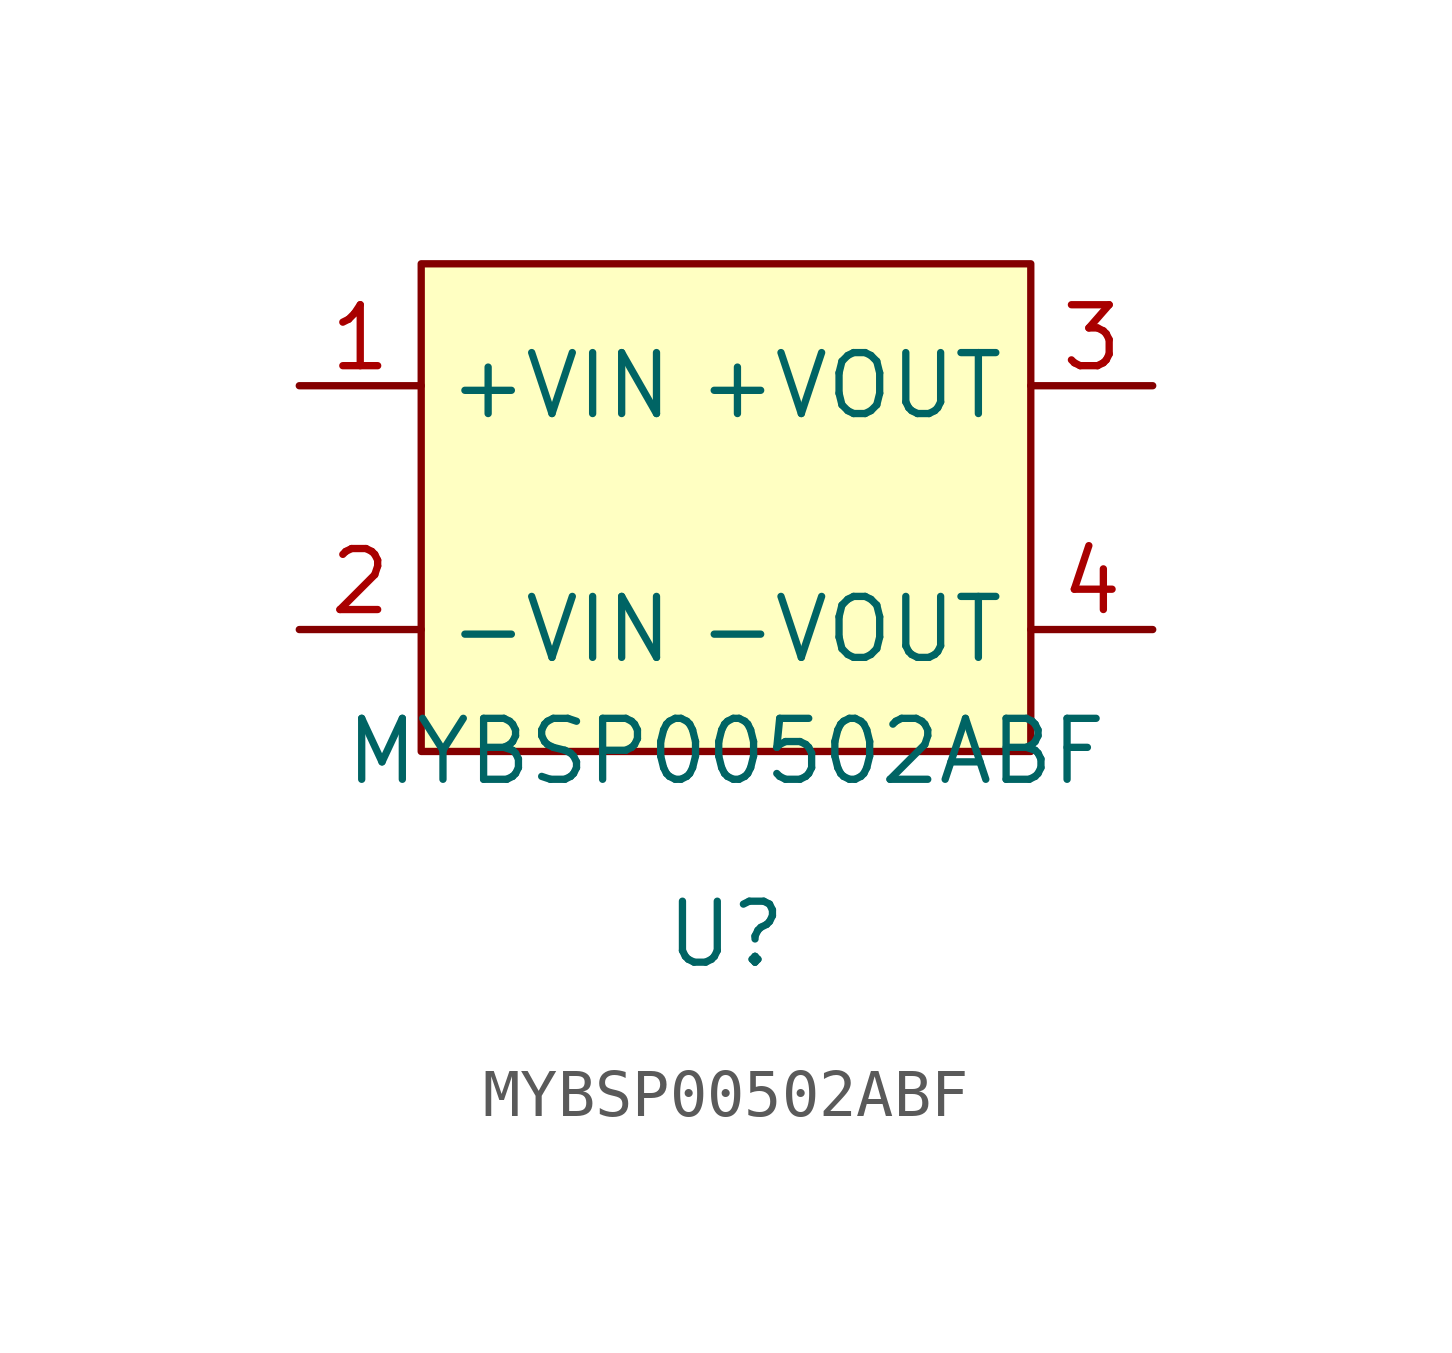
<source format=kicad_sym>
(kicad_symbol_lib
  (version 20220914)
  (generator kicad_symbol_editor)
  (symbol "MYBSP00502ABF"
    (property "Reference" "U"
      (at 0 -1.27 0)
      (effects (font (size 1.27 1.27))))
    (property "Value" "MYBSP00502ABF"
      (at 0 2.54 0)
      (effects (font (size 1.27 1.27))))
    (symbol "MYBSP00502ABF_1_1"
      (rectangle (start -6.35 12.7) (end 6.35 2.54) (stroke (width 0) (type default)) (fill (type background)))
      (pin power_in line (at -8.89 10.16 0) (length 2.54) (name "+VIN" (effects (font (size 1.27 1.27)))) (number "1" (effects (font (size 1.27 1.27)))))
      (pin power_in line (at -8.89 5.08 0) (length 2.54) (name "-VIN" (effects (font (size 1.27 1.27)))) (number "2" (effects (font (size 1.27 1.27)))))
      (pin power_out line (at 8.89 10.16 180) (length 2.54) (name "+VOUT" (effects (font (size 1.27 1.27)))) (number "3" (effects (font (size 1.27 1.27)))))
      (pin power_out line (at 8.89 5.08 180) (length 2.54) (name "-VOUT" (effects (font (size 1.27 1.27)))) (number "4" (effects (font (size 1.27 1.27))))))))
</source>
